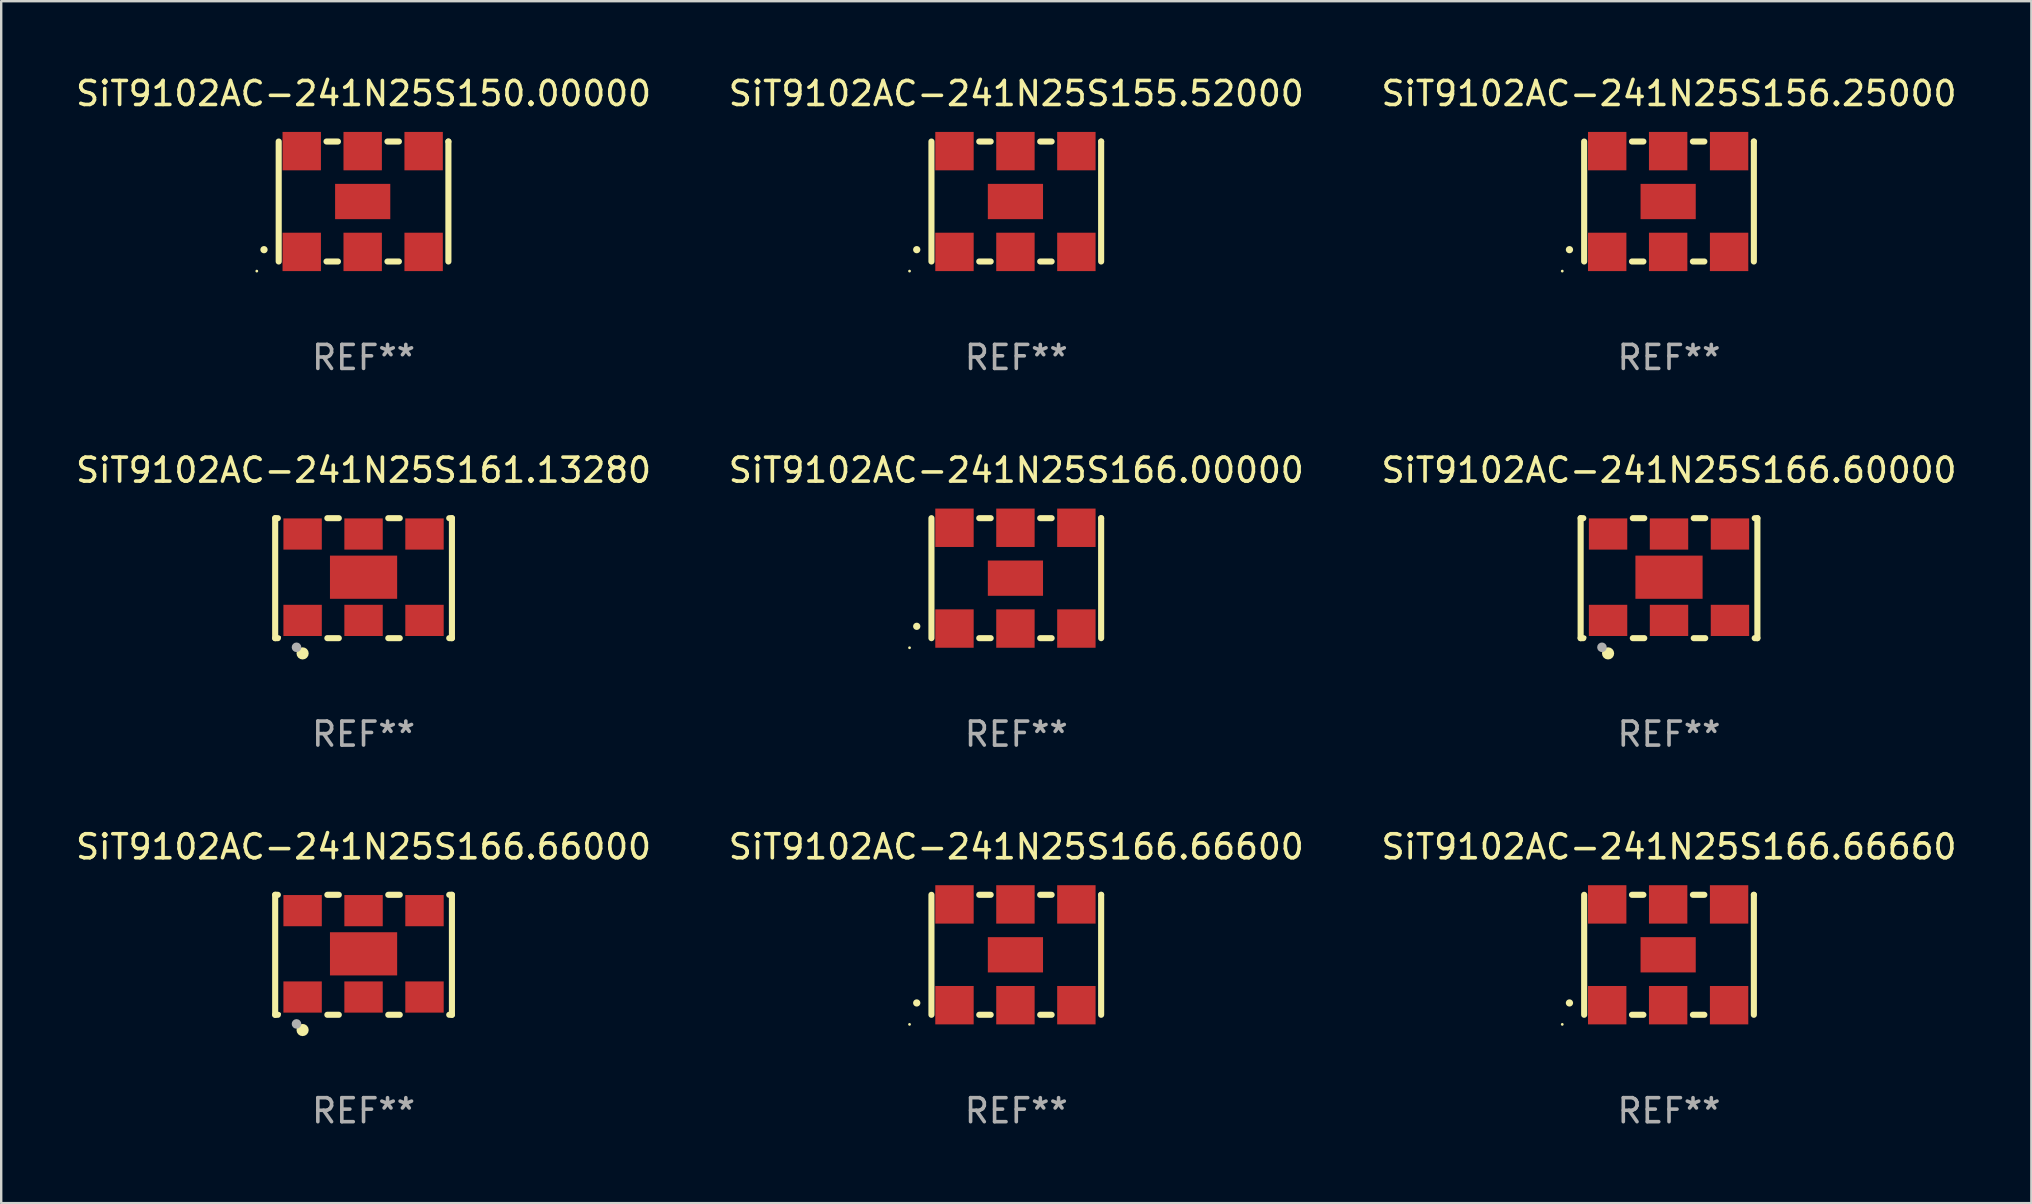
<source format=kicad_pcb>
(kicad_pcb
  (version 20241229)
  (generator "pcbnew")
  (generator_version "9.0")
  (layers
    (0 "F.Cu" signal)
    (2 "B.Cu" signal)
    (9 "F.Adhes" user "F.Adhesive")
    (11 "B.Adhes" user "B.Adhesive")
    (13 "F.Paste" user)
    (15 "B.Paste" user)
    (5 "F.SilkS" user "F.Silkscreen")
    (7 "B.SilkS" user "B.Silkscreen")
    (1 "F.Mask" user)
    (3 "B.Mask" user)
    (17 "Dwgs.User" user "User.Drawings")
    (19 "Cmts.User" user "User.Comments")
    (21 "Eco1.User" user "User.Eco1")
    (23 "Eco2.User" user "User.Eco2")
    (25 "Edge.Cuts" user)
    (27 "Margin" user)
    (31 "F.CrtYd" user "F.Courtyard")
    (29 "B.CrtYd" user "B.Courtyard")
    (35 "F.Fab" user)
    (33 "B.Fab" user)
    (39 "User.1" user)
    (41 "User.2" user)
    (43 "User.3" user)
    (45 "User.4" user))
  (footprint "SiT9102AC-241N25S166.60000"
    (layer "F.Cu")
    (at 66.506 21.045)
    (property "Reference" "SiT9102AC-241N25S166.60000" (at 0 -4.5 0) (layer "F.SilkS") (effects (font (size 1 1) (thickness 0.15))))
    (attr through_hole)
    (fp_line (start -3.683 -2.5) (end -3.571 -2.5) (stroke (width 0.254) (type solid)) (layer "F.SilkS"))
    (fp_line (start -3.683 2.5) (end -3.683 -2.5) (stroke (width 0.254) (type solid)) (layer "F.SilkS"))
    (fp_line (start -3.683 2.5) (end -3.571 2.5) (stroke (width 0.254) (type solid)) (layer "F.SilkS"))
    (fp_line (start -1.509 -2.5) (end -1.031 -2.5) (stroke (width 0.254) (type solid)) (layer "F.SilkS"))
    (fp_line (start -1.509 2.5) (end -1.031 2.5) (stroke (width 0.254) (type solid)) (layer "F.SilkS"))
    (fp_line (start 1.031 -2.5) (end 1.509 -2.5) (stroke (width 0.254) (type solid)) (layer "F.SilkS"))
    (fp_line (start 1.031 2.5) (end 1.509 2.5) (stroke (width 0.254) (type solid)) (layer "F.SilkS"))
    (fp_line (start 3.571 -2.5) (end 3.683 -2.5) (stroke (width 0.254) (type solid)) (layer "F.SilkS"))
    (fp_line (start 3.571 2.5) (end 3.683 2.5) (stroke (width 0.254) (type solid)) (layer "F.SilkS"))
    (fp_line (start 3.683 2.5) (end 3.683 -2.5) (stroke (width 0.254) (type solid)) (layer "F.SilkS"))
    (fp_circle (center -3.5 2.46) (end -3.47 2.46) (stroke (width 0.06) (type solid)) (fill no) (layer "F.SilkS"))
    (fp_circle (center -2.54 3.135) (end -2.413 3.135) (stroke (width 0.254) (type solid)) (fill no) (layer "F.SilkS"))
    (fp_circle (center -2.794 2.881) (end -2.694 2.881) (stroke (width 0.2) (type solid)) (fill no) (layer "F.Fab"))
    (fp_text user "REF**" (at 0 6.5 0) (layer "F.Fab") (effects (font (size 1 1) (thickness 0.15))))
    (pad "1" smd rect (at -2.54 1.76) (size 1.6 1.3) (layers "F.Cu" "F.Mask" "F.Paste"))
    (pad "2" smd rect (at 0 1.76) (size 1.6 1.3) (layers "F.Cu" "F.Mask" "F.Paste"))
    (pad "3" smd rect (at 2.54 1.76) (size 1.6 1.3) (layers "F.Cu" "F.Mask" "F.Paste"))
    (pad "4" smd rect (at 2.54 -1.84) (size 1.6 1.3) (layers "F.Cu" "F.Mask" "F.Paste"))
    (pad "5" smd rect (at 0 -1.84) (size 1.6 1.3) (layers "F.Cu" "F.Mask" "F.Paste"))
    (pad "6" smd rect (at -2.54 -1.84) (size 1.6 1.3) (layers "F.Cu" "F.Mask" "F.Paste"))
    (pad "7" smd rect (at 0 -0.04) (size 2.8 1.8) (layers "F.Cu" "F.Mask" "F.Paste")))
  (footprint "SiT9102AC-241N25S166.66660"
    (layer "F.Cu")
    (at 66.506 36.741)
    (property "Reference" "SiT9102AC-241N25S166.66660" (at 0 -4.5 0) (layer "F.SilkS") (effects (font (size 1 1) (thickness 0.15))))
    (attr through_hole)
    (fp_line (start -3.536 -2.5) (end -3.536 2.5) (stroke (width 0.254) (type solid)) (layer "F.SilkS"))
    (fp_line (start -1.544 2.5) (end -1.067 2.5) (stroke (width 0.254) (type solid)) (layer "F.SilkS"))
    (fp_line (start -1.067 -2.5) (end -1.544 -2.5) (stroke (width 0.254) (type solid)) (layer "F.SilkS"))
    (fp_line (start 0.996 2.5) (end 1.473 2.5) (stroke (width 0.254) (type solid)) (layer "F.SilkS"))
    (fp_line (start 1.473 -2.5) (end 0.996 -2.5) (stroke (width 0.254) (type solid)) (layer "F.SilkS"))
    (fp_line (start 3.536 -2.5) (end 3.536 -2.5) (stroke (width 0.254) (type solid)) (layer "F.SilkS"))
    (fp_line (start 3.536 2.5) (end 3.536 -2.5) (stroke (width 0.254) (type solid)) (layer "F.SilkS"))
    (fp_arc (start -4.150432 2.006604) (mid -4.149162 2.006599) (end -4.147892 2.006604) (stroke (width 0.3) (type solid)) (layer "F.SilkS"))
    (fp_circle (center -4.449 2.9) (end -4.419 2.9) (stroke (width 0.06) (type solid)) (fill no) (layer "F.SilkS"))
    (fp_text user "REF**" (at 0 6.5 0) (layer "F.Fab") (effects (font (size 1 1) (thickness 0.15))))
    (pad "1" smd rect (at -2.576 2.1) (size 1.6 1.6) (layers "F.Cu" "F.Mask" "F.Paste"))
    (pad "2" smd rect (at -0.036 2.1) (size 1.6 1.6) (layers "F.Cu" "F.Mask" "F.Paste"))
    (pad "3" smd rect (at 2.504 2.1) (size 1.6 1.6) (layers "F.Cu" "F.Mask" "F.Paste"))
    (pad "4" smd rect (at 2.504 -2.1) (size 1.6 1.6) (layers "F.Cu" "F.Mask" "F.Paste"))
    (pad "5" smd rect (at -0.036 -2.1) (size 1.6 1.6) (layers "F.Cu" "F.Mask" "F.Paste"))
    (pad "6" smd rect (at -2.576 -2.1) (size 1.6 1.6) (layers "F.Cu" "F.Mask" "F.Paste"))
    (pad "7" smd rect (at -0.036 0) (size 2.3 1.47) (layers "F.Cu" "F.Mask" "F.Paste")))
  (footprint "SiT9102AC-241N25S150.00000"
    (layer "F.Cu")
    (at 12.101 5.348)
    (property "Reference" "SiT9102AC-241N25S150.00000" (at 0 -4.5 0) (layer "F.SilkS") (effects (font (size 1 1) (thickness 0.15))))
    (attr through_hole)
    (fp_line (start -3.536 -2.5) (end -3.536 2.5) (stroke (width 0.254) (type solid)) (layer "F.SilkS"))
    (fp_line (start -1.544 2.5) (end -1.067 2.5) (stroke (width 0.254) (type solid)) (layer "F.SilkS"))
    (fp_line (start -1.067 -2.5) (end -1.544 -2.5) (stroke (width 0.254) (type solid)) (layer "F.SilkS"))
    (fp_line (start 0.996 2.5) (end 1.473 2.5) (stroke (width 0.254) (type solid)) (layer "F.SilkS"))
    (fp_line (start 1.473 -2.5) (end 0.996 -2.5) (stroke (width 0.254) (type solid)) (layer "F.SilkS"))
    (fp_line (start 3.536 -2.5) (end 3.536 -2.5) (stroke (width 0.254) (type solid)) (layer "F.SilkS"))
    (fp_line (start 3.536 2.5) (end 3.536 -2.5) (stroke (width 0.254) (type solid)) (layer "F.SilkS"))
    (fp_arc (start -4.150432 2.006604) (mid -4.149162 2.006599) (end -4.147892 2.006604) (stroke (width 0.3) (type solid)) (layer "F.SilkS"))
    (fp_circle (center -4.449 2.9) (end -4.419 2.9) (stroke (width 0.06) (type solid)) (fill no) (layer "F.SilkS"))
    (fp_text user "REF**" (at 0 6.5 0) (layer "F.Fab") (effects (font (size 1 1) (thickness 0.15))))
    (pad "1" smd rect (at -2.576 2.1) (size 1.6 1.6) (layers "F.Cu" "F.Mask" "F.Paste"))
    (pad "2" smd rect (at -0.036 2.1) (size 1.6 1.6) (layers "F.Cu" "F.Mask" "F.Paste"))
    (pad "3" smd rect (at 2.504 2.1) (size 1.6 1.6) (layers "F.Cu" "F.Mask" "F.Paste"))
    (pad "4" smd rect (at 2.504 -2.1) (size 1.6 1.6) (layers "F.Cu" "F.Mask" "F.Paste"))
    (pad "5" smd rect (at -0.036 -2.1) (size 1.6 1.6) (layers "F.Cu" "F.Mask" "F.Paste"))
    (pad "6" smd rect (at -2.576 -2.1) (size 1.6 1.6) (layers "F.Cu" "F.Mask" "F.Paste"))
    (pad "7" smd rect (at -0.036 0) (size 2.3 1.47) (layers "F.Cu" "F.Mask" "F.Paste")))
  (footprint "SiT9102AC-241N25S166.66600"
    (layer "F.Cu")
    (at 39.304 36.741)
    (property "Reference" "SiT9102AC-241N25S166.66600" (at 0 -4.5 0) (layer "F.SilkS") (effects (font (size 1 1) (thickness 0.15))))
    (attr through_hole)
    (fp_line (start -3.536 -2.5) (end -3.536 2.5) (stroke (width 0.254) (type solid)) (layer "F.SilkS"))
    (fp_line (start -1.544 2.5) (end -1.067 2.5) (stroke (width 0.254) (type solid)) (layer "F.SilkS"))
    (fp_line (start -1.067 -2.5) (end -1.544 -2.5) (stroke (width 0.254) (type solid)) (layer "F.SilkS"))
    (fp_line (start 0.996 2.5) (end 1.473 2.5) (stroke (width 0.254) (type solid)) (layer "F.SilkS"))
    (fp_line (start 1.473 -2.5) (end 0.996 -2.5) (stroke (width 0.254) (type solid)) (layer "F.SilkS"))
    (fp_line (start 3.536 -2.5) (end 3.536 -2.5) (stroke (width 0.254) (type solid)) (layer "F.SilkS"))
    (fp_line (start 3.536 2.5) (end 3.536 -2.5) (stroke (width 0.254) (type solid)) (layer "F.SilkS"))
    (fp_arc (start -4.150432 2.006604) (mid -4.149162 2.006599) (end -4.147892 2.006604) (stroke (width 0.3) (type solid)) (layer "F.SilkS"))
    (fp_circle (center -4.449 2.9) (end -4.419 2.9) (stroke (width 0.06) (type solid)) (fill no) (layer "F.SilkS"))
    (fp_text user "REF**" (at 0 6.5 0) (layer "F.Fab") (effects (font (size 1 1) (thickness 0.15))))
    (pad "1" smd rect (at -2.576 2.1) (size 1.6 1.6) (layers "F.Cu" "F.Mask" "F.Paste"))
    (pad "2" smd rect (at -0.036 2.1) (size 1.6 1.6) (layers "F.Cu" "F.Mask" "F.Paste"))
    (pad "3" smd rect (at 2.504 2.1) (size 1.6 1.6) (layers "F.Cu" "F.Mask" "F.Paste"))
    (pad "4" smd rect (at 2.504 -2.1) (size 1.6 1.6) (layers "F.Cu" "F.Mask" "F.Paste"))
    (pad "5" smd rect (at -0.036 -2.1) (size 1.6 1.6) (layers "F.Cu" "F.Mask" "F.Paste"))
    (pad "6" smd rect (at -2.576 -2.1) (size 1.6 1.6) (layers "F.Cu" "F.Mask" "F.Paste"))
    (pad "7" smd rect (at -0.036 0) (size 2.3 1.47) (layers "F.Cu" "F.Mask" "F.Paste")))
  (footprint "SiT9102AC-241N25S166.00000"
    (layer "F.Cu")
    (at 39.304 21.045)
    (property "Reference" "SiT9102AC-241N25S166.00000" (at 0 -4.5 0) (layer "F.SilkS") (effects (font (size 1 1) (thickness 0.15))))
    (attr through_hole)
    (fp_line (start -3.536 -2.5) (end -3.536 2.5) (stroke (width 0.254) (type solid)) (layer "F.SilkS"))
    (fp_line (start -1.544 2.5) (end -1.067 2.5) (stroke (width 0.254) (type solid)) (layer "F.SilkS"))
    (fp_line (start -1.067 -2.5) (end -1.544 -2.5) (stroke (width 0.254) (type solid)) (layer "F.SilkS"))
    (fp_line (start 0.996 2.5) (end 1.473 2.5) (stroke (width 0.254) (type solid)) (layer "F.SilkS"))
    (fp_line (start 1.473 -2.5) (end 0.996 -2.5) (stroke (width 0.254) (type solid)) (layer "F.SilkS"))
    (fp_line (start 3.536 -2.5) (end 3.536 -2.5) (stroke (width 0.254) (type solid)) (layer "F.SilkS"))
    (fp_line (start 3.536 2.5) (end 3.536 -2.5) (stroke (width 0.254) (type solid)) (layer "F.SilkS"))
    (fp_arc (start -4.150432 2.006604) (mid -4.149162 2.006599) (end -4.147892 2.006604) (stroke (width 0.3) (type solid)) (layer "F.SilkS"))
    (fp_circle (center -4.449 2.9) (end -4.419 2.9) (stroke (width 0.06) (type solid)) (fill no) (layer "F.SilkS"))
    (fp_text user "REF**" (at 0 6.5 0) (layer "F.Fab") (effects (font (size 1 1) (thickness 0.15))))
    (pad "1" smd rect (at -2.576 2.1) (size 1.6 1.6) (layers "F.Cu" "F.Mask" "F.Paste"))
    (pad "2" smd rect (at -0.036 2.1) (size 1.6 1.6) (layers "F.Cu" "F.Mask" "F.Paste"))
    (pad "3" smd rect (at 2.504 2.1) (size 1.6 1.6) (layers "F.Cu" "F.Mask" "F.Paste"))
    (pad "4" smd rect (at 2.504 -2.1) (size 1.6 1.6) (layers "F.Cu" "F.Mask" "F.Paste"))
    (pad "5" smd rect (at -0.036 -2.1) (size 1.6 1.6) (layers "F.Cu" "F.Mask" "F.Paste"))
    (pad "6" smd rect (at -2.576 -2.1) (size 1.6 1.6) (layers "F.Cu" "F.Mask" "F.Paste"))
    (pad "7" smd rect (at -0.036 0) (size 2.3 1.47) (layers "F.Cu" "F.Mask" "F.Paste")))
  (footprint "SiT9102AC-241N25S156.25000"
    (layer "F.Cu")
    (at 66.506 5.348)
    (property "Reference" "SiT9102AC-241N25S156.25000" (at 0 -4.5 0) (layer "F.SilkS") (effects (font (size 1 1) (thickness 0.15))))
    (attr through_hole)
    (fp_line (start -3.536 -2.5) (end -3.536 2.5) (stroke (width 0.254) (type solid)) (layer "F.SilkS"))
    (fp_line (start -1.544 2.5) (end -1.067 2.5) (stroke (width 0.254) (type solid)) (layer "F.SilkS"))
    (fp_line (start -1.067 -2.5) (end -1.544 -2.5) (stroke (width 0.254) (type solid)) (layer "F.SilkS"))
    (fp_line (start 0.996 2.5) (end 1.473 2.5) (stroke (width 0.254) (type solid)) (layer "F.SilkS"))
    (fp_line (start 1.473 -2.5) (end 0.996 -2.5) (stroke (width 0.254) (type solid)) (layer "F.SilkS"))
    (fp_line (start 3.536 -2.5) (end 3.536 -2.5) (stroke (width 0.254) (type solid)) (layer "F.SilkS"))
    (fp_line (start 3.536 2.5) (end 3.536 -2.5) (stroke (width 0.254) (type solid)) (layer "F.SilkS"))
    (fp_arc (start -4.150432 2.006604) (mid -4.149162 2.006599) (end -4.147892 2.006604) (stroke (width 0.3) (type solid)) (layer "F.SilkS"))
    (fp_circle (center -4.449 2.9) (end -4.419 2.9) (stroke (width 0.06) (type solid)) (fill no) (layer "F.SilkS"))
    (fp_text user "REF**" (at 0 6.5 0) (layer "F.Fab") (effects (font (size 1 1) (thickness 0.15))))
    (pad "1" smd rect (at -2.576 2.1) (size 1.6 1.6) (layers "F.Cu" "F.Mask" "F.Paste"))
    (pad "2" smd rect (at -0.036 2.1) (size 1.6 1.6) (layers "F.Cu" "F.Mask" "F.Paste"))
    (pad "3" smd rect (at 2.504 2.1) (size 1.6 1.6) (layers "F.Cu" "F.Mask" "F.Paste"))
    (pad "4" smd rect (at 2.504 -2.1) (size 1.6 1.6) (layers "F.Cu" "F.Mask" "F.Paste"))
    (pad "5" smd rect (at -0.036 -2.1) (size 1.6 1.6) (layers "F.Cu" "F.Mask" "F.Paste"))
    (pad "6" smd rect (at -2.576 -2.1) (size 1.6 1.6) (layers "F.Cu" "F.Mask" "F.Paste"))
    (pad "7" smd rect (at -0.036 0) (size 2.3 1.47) (layers "F.Cu" "F.Mask" "F.Paste")))
  (footprint "SiT9102AC-241N25S155.52000"
    (layer "F.Cu")
    (at 39.304 5.348)
    (property "Reference" "SiT9102AC-241N25S155.52000" (at 0 -4.5 0) (layer "F.SilkS") (effects (font (size 1 1) (thickness 0.15))))
    (attr through_hole)
    (fp_line (start -3.536 -2.5) (end -3.536 2.5) (stroke (width 0.254) (type solid)) (layer "F.SilkS"))
    (fp_line (start -1.544 2.5) (end -1.067 2.5) (stroke (width 0.254) (type solid)) (layer "F.SilkS"))
    (fp_line (start -1.067 -2.5) (end -1.544 -2.5) (stroke (width 0.254) (type solid)) (layer "F.SilkS"))
    (fp_line (start 0.996 2.5) (end 1.473 2.5) (stroke (width 0.254) (type solid)) (layer "F.SilkS"))
    (fp_line (start 1.473 -2.5) (end 0.996 -2.5) (stroke (width 0.254) (type solid)) (layer "F.SilkS"))
    (fp_line (start 3.536 -2.5) (end 3.536 -2.5) (stroke (width 0.254) (type solid)) (layer "F.SilkS"))
    (fp_line (start 3.536 2.5) (end 3.536 -2.5) (stroke (width 0.254) (type solid)) (layer "F.SilkS"))
    (fp_arc (start -4.150432 2.006604) (mid -4.149162 2.006599) (end -4.147892 2.006604) (stroke (width 0.3) (type solid)) (layer "F.SilkS"))
    (fp_circle (center -4.449 2.9) (end -4.419 2.9) (stroke (width 0.06) (type solid)) (fill no) (layer "F.SilkS"))
    (fp_text user "REF**" (at 0 6.5 0) (layer "F.Fab") (effects (font (size 1 1) (thickness 0.15))))
    (pad "1" smd rect (at -2.576 2.1) (size 1.6 1.6) (layers "F.Cu" "F.Mask" "F.Paste"))
    (pad "2" smd rect (at -0.036 2.1) (size 1.6 1.6) (layers "F.Cu" "F.Mask" "F.Paste"))
    (pad "3" smd rect (at 2.504 2.1) (size 1.6 1.6) (layers "F.Cu" "F.Mask" "F.Paste"))
    (pad "4" smd rect (at 2.504 -2.1) (size 1.6 1.6) (layers "F.Cu" "F.Mask" "F.Paste"))
    (pad "5" smd rect (at -0.036 -2.1) (size 1.6 1.6) (layers "F.Cu" "F.Mask" "F.Paste"))
    (pad "6" smd rect (at -2.576 -2.1) (size 1.6 1.6) (layers "F.Cu" "F.Mask" "F.Paste"))
    (pad "7" smd rect (at -0.036 0) (size 2.3 1.47) (layers "F.Cu" "F.Mask" "F.Paste")))
  (footprint "SiT9102AC-241N25S161.13280"
    (layer "F.Cu")
    (at 12.101 21.045)
    (property "Reference" "SiT9102AC-241N25S161.13280" (at 0 -4.5 0) (layer "F.SilkS") (effects (font (size 1 1) (thickness 0.15))))
    (attr through_hole)
    (fp_line (start -3.683 -2.5) (end -3.571 -2.5) (stroke (width 0.254) (type solid)) (layer "F.SilkS"))
    (fp_line (start -3.683 2.5) (end -3.683 -2.5) (stroke (width 0.254) (type solid)) (layer "F.SilkS"))
    (fp_line (start -3.683 2.5) (end -3.571 2.5) (stroke (width 0.254) (type solid)) (layer "F.SilkS"))
    (fp_line (start -1.509 -2.5) (end -1.031 -2.5) (stroke (width 0.254) (type solid)) (layer "F.SilkS"))
    (fp_line (start -1.509 2.5) (end -1.031 2.5) (stroke (width 0.254) (type solid)) (layer "F.SilkS"))
    (fp_line (start 1.031 -2.5) (end 1.509 -2.5) (stroke (width 0.254) (type solid)) (layer "F.SilkS"))
    (fp_line (start 1.031 2.5) (end 1.509 2.5) (stroke (width 0.254) (type solid)) (layer "F.SilkS"))
    (fp_line (start 3.571 -2.5) (end 3.683 -2.5) (stroke (width 0.254) (type solid)) (layer "F.SilkS"))
    (fp_line (start 3.571 2.5) (end 3.683 2.5) (stroke (width 0.254) (type solid)) (layer "F.SilkS"))
    (fp_line (start 3.683 2.5) (end 3.683 -2.5) (stroke (width 0.254) (type solid)) (layer "F.SilkS"))
    (fp_circle (center -3.5 2.46) (end -3.47 2.46) (stroke (width 0.06) (type solid)) (fill no) (layer "F.SilkS"))
    (fp_circle (center -2.54 3.135) (end -2.413 3.135) (stroke (width 0.254) (type solid)) (fill no) (layer "F.SilkS"))
    (fp_circle (center -2.794 2.881) (end -2.694 2.881) (stroke (width 0.2) (type solid)) (fill no) (layer "F.Fab"))
    (fp_text user "REF**" (at 0 6.5 0) (layer "F.Fab") (effects (font (size 1 1) (thickness 0.15))))
    (pad "1" smd rect (at -2.54 1.76) (size 1.6 1.3) (layers "F.Cu" "F.Mask" "F.Paste"))
    (pad "2" smd rect (at 0 1.76) (size 1.6 1.3) (layers "F.Cu" "F.Mask" "F.Paste"))
    (pad "3" smd rect (at 2.54 1.76) (size 1.6 1.3) (layers "F.Cu" "F.Mask" "F.Paste"))
    (pad "4" smd rect (at 2.54 -1.84) (size 1.6 1.3) (layers "F.Cu" "F.Mask" "F.Paste"))
    (pad "5" smd rect (at 0 -1.84) (size 1.6 1.3) (layers "F.Cu" "F.Mask" "F.Paste"))
    (pad "6" smd rect (at -2.54 -1.84) (size 1.6 1.3) (layers "F.Cu" "F.Mask" "F.Paste"))
    (pad "7" smd rect (at 0 -0.04) (size 2.8 1.8) (layers "F.Cu" "F.Mask" "F.Paste")))
  (footprint "SiT9102AC-241N25S166.66000"
    (layer "F.Cu")
    (at 12.101 36.741)
    (property "Reference" "SiT9102AC-241N25S166.66000" (at 0 -4.5 0) (layer "F.SilkS") (effects (font (size 1 1) (thickness 0.15))))
    (attr through_hole)
    (fp_line (start -3.683 -2.5) (end -3.571 -2.5) (stroke (width 0.254) (type solid)) (layer "F.SilkS"))
    (fp_line (start -3.683 2.5) (end -3.683 -2.5) (stroke (width 0.254) (type solid)) (layer "F.SilkS"))
    (fp_line (start -3.683 2.5) (end -3.571 2.5) (stroke (width 0.254) (type solid)) (layer "F.SilkS"))
    (fp_line (start -1.509 -2.5) (end -1.031 -2.5) (stroke (width 0.254) (type solid)) (layer "F.SilkS"))
    (fp_line (start -1.509 2.5) (end -1.031 2.5) (stroke (width 0.254) (type solid)) (layer "F.SilkS"))
    (fp_line (start 1.031 -2.5) (end 1.509 -2.5) (stroke (width 0.254) (type solid)) (layer "F.SilkS"))
    (fp_line (start 1.031 2.5) (end 1.509 2.5) (stroke (width 0.254) (type solid)) (layer "F.SilkS"))
    (fp_line (start 3.571 -2.5) (end 3.683 -2.5) (stroke (width 0.254) (type solid)) (layer "F.SilkS"))
    (fp_line (start 3.571 2.5) (end 3.683 2.5) (stroke (width 0.254) (type solid)) (layer "F.SilkS"))
    (fp_line (start 3.683 2.5) (end 3.683 -2.5) (stroke (width 0.254) (type solid)) (layer "F.SilkS"))
    (fp_circle (center -3.5 2.46) (end -3.47 2.46) (stroke (width 0.06) (type solid)) (fill no) (layer "F.SilkS"))
    (fp_circle (center -2.54 3.135) (end -2.413 3.135) (stroke (width 0.254) (type solid)) (fill no) (layer "F.SilkS"))
    (fp_circle (center -2.794 2.881) (end -2.694 2.881) (stroke (width 0.2) (type solid)) (fill no) (layer "F.Fab"))
    (fp_text user "REF**" (at 0 6.5 0) (layer "F.Fab") (effects (font (size 1 1) (thickness 0.15))))
    (pad "1" smd rect (at -2.54 1.76) (size 1.6 1.3) (layers "F.Cu" "F.Mask" "F.Paste"))
    (pad "2" smd rect (at 0 1.76) (size 1.6 1.3) (layers "F.Cu" "F.Mask" "F.Paste"))
    (pad "3" smd rect (at 2.54 1.76) (size 1.6 1.3) (layers "F.Cu" "F.Mask" "F.Paste"))
    (pad "4" smd rect (at 2.54 -1.84) (size 1.6 1.3) (layers "F.Cu" "F.Mask" "F.Paste"))
    (pad "5" smd rect (at 0 -1.84) (size 1.6 1.3) (layers "F.Cu" "F.Mask" "F.Paste"))
    (pad "6" smd rect (at -2.54 -1.84) (size 1.6 1.3) (layers "F.Cu" "F.Mask" "F.Paste"))
    (pad "7" smd rect (at 0 -0.04) (size 2.8 1.8) (layers "F.Cu" "F.Mask" "F.Paste")))
  (gr_rect
    (start -3 -3)
    (end 81.607 47.09)
    (stroke (width 0.1) (type default))
    (fill no)
    (layer "Edge.Cuts")))
</source>
